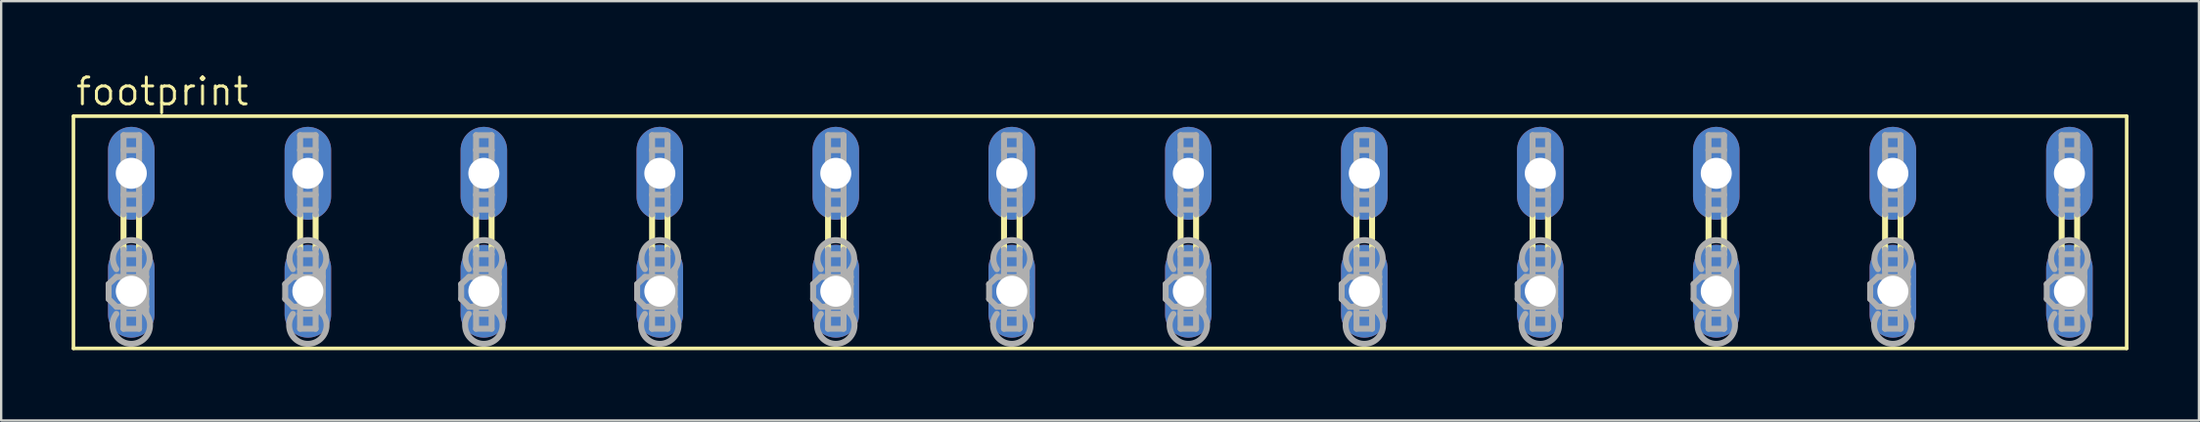
<source format=kicad_pcb>
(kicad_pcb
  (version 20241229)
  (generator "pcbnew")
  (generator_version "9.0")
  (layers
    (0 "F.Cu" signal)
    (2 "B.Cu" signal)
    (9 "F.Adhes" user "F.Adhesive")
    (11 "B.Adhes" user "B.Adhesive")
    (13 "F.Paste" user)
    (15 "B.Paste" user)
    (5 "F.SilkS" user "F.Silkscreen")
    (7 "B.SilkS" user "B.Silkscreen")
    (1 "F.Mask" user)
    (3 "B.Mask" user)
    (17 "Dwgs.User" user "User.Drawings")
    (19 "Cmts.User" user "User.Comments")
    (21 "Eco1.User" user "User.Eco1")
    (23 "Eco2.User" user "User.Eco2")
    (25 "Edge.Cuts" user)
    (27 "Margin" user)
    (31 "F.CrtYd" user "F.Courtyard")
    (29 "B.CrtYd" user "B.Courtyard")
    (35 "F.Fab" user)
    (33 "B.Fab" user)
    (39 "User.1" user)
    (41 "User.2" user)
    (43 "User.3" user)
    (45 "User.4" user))
  (footprint "footprint"
    (layer "F.Cu")
    (at 43.79 6.858)
    (property "Reference" "footprint" (at -43.688 -5.334 0) (layer "F.SilkS") (effects (font (size 1.143 1.143) (thickness 0.127)) (justify left bottom)))
    (fp_line (start -43.713 -4.953) (end -43.713 4.953) (stroke (width 0.152) (type solid)) (layer "F.SilkS"))
    (fp_line (start -43.713 -4.953) (end 43.713 -4.953) (stroke (width 0.152) (type solid)) (layer "F.SilkS"))
    (fp_line (start -41.58 0.711) (end -41.58 -0.737) (stroke (width 0.254) (type solid)) (layer "F.SilkS"))
    (fp_line (start -40.919 0.711) (end -40.919 -0.737) (stroke (width 0.254) (type solid)) (layer "F.SilkS"))
    (fp_line (start -34.061 0.711) (end -34.061 -0.737) (stroke (width 0.254) (type solid)) (layer "F.SilkS"))
    (fp_line (start -33.401 0.711) (end -33.401 -0.737) (stroke (width 0.254) (type solid)) (layer "F.SilkS"))
    (fp_line (start -26.568 0.711) (end -26.568 -0.737) (stroke (width 0.254) (type solid)) (layer "F.SilkS"))
    (fp_line (start -25.908 0.711) (end -25.908 -0.737) (stroke (width 0.254) (type solid)) (layer "F.SilkS"))
    (fp_line (start -19.075 0.711) (end -19.075 -0.737) (stroke (width 0.254) (type solid)) (layer "F.SilkS"))
    (fp_line (start -18.415 0.711) (end -18.415 -0.737) (stroke (width 0.254) (type solid)) (layer "F.SilkS"))
    (fp_line (start -11.582 0.711) (end -11.582 -0.737) (stroke (width 0.254) (type solid)) (layer "F.SilkS"))
    (fp_line (start -10.922 0.711) (end -10.922 -0.737) (stroke (width 0.254) (type solid)) (layer "F.SilkS"))
    (fp_line (start -4.089 0.711) (end -4.089 -0.737) (stroke (width 0.254) (type solid)) (layer "F.SilkS"))
    (fp_line (start -3.429 0.711) (end -3.429 -0.737) (stroke (width 0.254) (type solid)) (layer "F.SilkS"))
    (fp_line (start 3.429 0.737) (end 3.429 -0.737) (stroke (width 0.254) (type solid)) (layer "F.SilkS"))
    (fp_line (start 4.089 0.711) (end 4.089 -0.737) (stroke (width 0.254) (type solid)) (layer "F.SilkS"))
    (fp_line (start 10.922 0.711) (end 10.922 -0.737) (stroke (width 0.254) (type solid)) (layer "F.SilkS"))
    (fp_line (start 11.582 0.711) (end 11.582 -0.737) (stroke (width 0.254) (type solid)) (layer "F.SilkS"))
    (fp_line (start 18.415 0.711) (end 18.415 -0.737) (stroke (width 0.254) (type solid)) (layer "F.SilkS"))
    (fp_line (start 19.075 0.711) (end 19.075 -0.737) (stroke (width 0.254) (type solid)) (layer "F.SilkS"))
    (fp_line (start 25.908 0.711) (end 25.908 -0.737) (stroke (width 0.254) (type solid)) (layer "F.SilkS"))
    (fp_line (start 26.568 0.711) (end 26.568 -0.737) (stroke (width 0.254) (type solid)) (layer "F.SilkS"))
    (fp_line (start 33.426 0.711) (end 33.426 -0.737) (stroke (width 0.254) (type solid)) (layer "F.SilkS"))
    (fp_line (start 34.087 0.711) (end 34.087 -0.737) (stroke (width 0.254) (type solid)) (layer "F.SilkS"))
    (fp_line (start 40.945 0.711) (end 40.945 -0.737) (stroke (width 0.254) (type solid)) (layer "F.SilkS"))
    (fp_line (start 41.605 0.711) (end 41.605 -0.737) (stroke (width 0.254) (type solid)) (layer "F.SilkS"))
    (fp_line (start 43.713 4.953) (end -43.713 4.953) (stroke (width 0.152) (type solid)) (layer "F.SilkS"))
    (fp_line (start 43.713 4.953) (end 43.713 -4.953) (stroke (width 0.152) (type solid)) (layer "F.SilkS"))
    (fp_line (start -42.215 2.21) (end -41.885 1.905) (stroke (width 0.254) (type solid)) (layer "F.Fab"))
    (fp_line (start -42.215 2.845) (end -42.215 2.21) (stroke (width 0.254) (type solid)) (layer "F.Fab"))
    (fp_line (start -42.215 2.845) (end -41.885 3.175) (stroke (width 0.254) (type solid)) (layer "F.Fab"))
    (fp_line (start -41.58 -4.14) (end -40.919 -4.14) (stroke (width 0.254) (type solid)) (layer "F.Fab"))
    (fp_line (start -41.58 -3.505) (end -41.58 -4.14) (stroke (width 0.254) (type solid)) (layer "F.Fab"))
    (fp_line (start -41.58 -3.505) (end -41.58 -1.6) (stroke (width 0.254) (type solid)) (layer "F.Fab"))
    (fp_line (start -41.58 -1.6) (end -40.919 -1.6) (stroke (width 0.254) (type solid)) (layer "F.Fab"))
    (fp_line (start -41.58 -0.965) (end -41.58 -1.6) (stroke (width 0.254) (type solid)) (layer "F.Fab"))
    (fp_line (start -41.58 -0.965) (end -40.919 -0.965) (stroke (width 0.254) (type solid)) (layer "F.Fab"))
    (fp_line (start -41.58 -0.762) (end -41.58 -0.965) (stroke (width 0.254) (type solid)) (layer "F.Fab"))
    (fp_line (start -41.58 0.94) (end -41.58 0.737) (stroke (width 0.254) (type solid)) (layer "F.Fab"))
    (fp_line (start -41.58 0.94) (end -40.919 0.94) (stroke (width 0.254) (type solid)) (layer "F.Fab"))
    (fp_line (start -41.58 1.575) (end -41.58 0.94) (stroke (width 0.254) (type solid)) (layer "F.Fab"))
    (fp_line (start -41.58 1.575) (end -41.58 3.48) (stroke (width 0.254) (type solid)) (layer "F.Fab"))
    (fp_line (start -41.58 3.48) (end -41.58 4.115) (stroke (width 0.254) (type solid)) (layer "F.Fab"))
    (fp_line (start -41.58 3.48) (end -40.919 3.48) (stroke (width 0.254) (type solid)) (layer "F.Fab"))
    (fp_line (start -41.58 4.115) (end -40.919 4.115) (stroke (width 0.254) (type solid)) (layer "F.Fab"))
    (fp_line (start -40.919 -4.14) (end -40.919 -3.505) (stroke (width 0.254) (type solid)) (layer "F.Fab"))
    (fp_line (start -40.919 -3.505) (end -41.58 -3.505) (stroke (width 0.254) (type solid)) (layer "F.Fab"))
    (fp_line (start -40.919 -1.6) (end -40.919 -3.505) (stroke (width 0.254) (type solid)) (layer "F.Fab"))
    (fp_line (start -40.919 -0.965) (end -40.919 -1.6) (stroke (width 0.254) (type solid)) (layer "F.Fab"))
    (fp_line (start -40.919 -0.737) (end -40.919 -0.94) (stroke (width 0.254) (type solid)) (layer "F.Fab"))
    (fp_line (start -40.919 0.94) (end -40.919 0.737) (stroke (width 0.254) (type solid)) (layer "F.Fab"))
    (fp_line (start -40.919 0.94) (end -40.919 1.575) (stroke (width 0.254) (type solid)) (layer "F.Fab"))
    (fp_line (start -40.919 1.575) (end -41.58 1.575) (stroke (width 0.254) (type solid)) (layer "F.Fab"))
    (fp_line (start -40.919 1.905) (end -41.885 1.905) (stroke (width 0.254) (type solid)) (layer "F.Fab"))
    (fp_line (start -40.919 1.905) (end -40.919 1.575) (stroke (width 0.254) (type solid)) (layer "F.Fab"))
    (fp_line (start -40.919 1.905) (end -40.615 1.575) (stroke (width 0.254) (type solid)) (layer "F.Fab"))
    (fp_line (start -40.919 1.905) (end -40.615 2.21) (stroke (width 0.254) (type solid)) (layer "F.Fab"))
    (fp_line (start -40.919 3.175) (end -41.885 3.175) (stroke (width 0.254) (type solid)) (layer "F.Fab"))
    (fp_line (start -40.919 3.175) (end -40.919 1.905) (stroke (width 0.254) (type solid)) (layer "F.Fab"))
    (fp_line (start -40.919 3.175) (end -40.615 2.845) (stroke (width 0.254) (type solid)) (layer "F.Fab"))
    (fp_line (start -40.919 3.175) (end -40.615 3.48) (stroke (width 0.254) (type solid)) (layer "F.Fab"))
    (fp_line (start -40.919 3.48) (end -40.919 3.175) (stroke (width 0.254) (type solid)) (layer "F.Fab"))
    (fp_line (start -40.919 4.115) (end -40.919 3.48) (stroke (width 0.254) (type solid)) (layer "F.Fab"))
    (fp_line (start -40.615 1.905) (end -40.919 1.905) (stroke (width 0.254) (type solid)) (layer "F.Fab"))
    (fp_line (start -40.615 1.905) (end -40.615 1.575) (stroke (width 0.254) (type solid)) (layer "F.Fab"))
    (fp_line (start -40.615 2.21) (end -40.615 1.905) (stroke (width 0.254) (type solid)) (layer "F.Fab"))
    (fp_line (start -40.615 2.845) (end -40.615 2.21) (stroke (width 0.254) (type solid)) (layer "F.Fab"))
    (fp_line (start -40.615 3.175) (end -40.919 3.175) (stroke (width 0.254) (type solid)) (layer "F.Fab"))
    (fp_line (start -40.615 3.175) (end -40.615 2.845) (stroke (width 0.254) (type solid)) (layer "F.Fab"))
    (fp_line (start -40.615 3.48) (end -40.615 3.175) (stroke (width 0.254) (type solid)) (layer "F.Fab"))
    (fp_line (start -34.696 2.21) (end -34.366 1.905) (stroke (width 0.254) (type solid)) (layer "F.Fab"))
    (fp_line (start -34.696 2.845) (end -34.696 2.21) (stroke (width 0.254) (type solid)) (layer "F.Fab"))
    (fp_line (start -34.696 2.845) (end -34.366 3.175) (stroke (width 0.254) (type solid)) (layer "F.Fab"))
    (fp_line (start -34.061 -4.14) (end -33.401 -4.14) (stroke (width 0.254) (type solid)) (layer "F.Fab"))
    (fp_line (start -34.061 -3.505) (end -34.061 -4.14) (stroke (width 0.254) (type solid)) (layer "F.Fab"))
    (fp_line (start -34.061 -3.505) (end -34.061 -1.6) (stroke (width 0.254) (type solid)) (layer "F.Fab"))
    (fp_line (start -34.061 -1.6) (end -33.401 -1.6) (stroke (width 0.254) (type solid)) (layer "F.Fab"))
    (fp_line (start -34.061 -0.965) (end -34.061 -1.6) (stroke (width 0.254) (type solid)) (layer "F.Fab"))
    (fp_line (start -34.061 -0.965) (end -33.401 -0.965) (stroke (width 0.254) (type solid)) (layer "F.Fab"))
    (fp_line (start -34.061 -0.762) (end -34.061 -0.965) (stroke (width 0.254) (type solid)) (layer "F.Fab"))
    (fp_line (start -34.061 0.94) (end -34.061 0.737) (stroke (width 0.254) (type solid)) (layer "F.Fab"))
    (fp_line (start -34.061 0.94) (end -33.401 0.94) (stroke (width 0.254) (type solid)) (layer "F.Fab"))
    (fp_line (start -34.061 1.575) (end -34.061 0.94) (stroke (width 0.254) (type solid)) (layer "F.Fab"))
    (fp_line (start -34.061 1.575) (end -34.061 3.48) (stroke (width 0.254) (type solid)) (layer "F.Fab"))
    (fp_line (start -34.061 3.48) (end -34.061 4.115) (stroke (width 0.254) (type solid)) (layer "F.Fab"))
    (fp_line (start -34.061 3.48) (end -33.401 3.48) (stroke (width 0.254) (type solid)) (layer "F.Fab"))
    (fp_line (start -34.061 4.115) (end -33.401 4.115) (stroke (width 0.254) (type solid)) (layer "F.Fab"))
    (fp_line (start -33.401 -4.14) (end -33.401 -3.505) (stroke (width 0.254) (type solid)) (layer "F.Fab"))
    (fp_line (start -33.401 -3.505) (end -34.061 -3.505) (stroke (width 0.254) (type solid)) (layer "F.Fab"))
    (fp_line (start -33.401 -1.6) (end -33.401 -3.505) (stroke (width 0.254) (type solid)) (layer "F.Fab"))
    (fp_line (start -33.401 -0.965) (end -33.401 -1.6) (stroke (width 0.254) (type solid)) (layer "F.Fab"))
    (fp_line (start -33.401 -0.762) (end -33.401 -0.965) (stroke (width 0.254) (type solid)) (layer "F.Fab"))
    (fp_line (start -33.401 0.914) (end -33.401 0.711) (stroke (width 0.254) (type solid)) (layer "F.Fab"))
    (fp_line (start -33.401 0.94) (end -33.401 1.575) (stroke (width 0.254) (type solid)) (layer "F.Fab"))
    (fp_line (start -33.401 1.575) (end -34.061 1.575) (stroke (width 0.254) (type solid)) (layer "F.Fab"))
    (fp_line (start -33.401 1.905) (end -34.366 1.905) (stroke (width 0.254) (type solid)) (layer "F.Fab"))
    (fp_line (start -33.401 1.905) (end -33.401 1.575) (stroke (width 0.254) (type solid)) (layer "F.Fab"))
    (fp_line (start -33.401 1.905) (end -33.096 1.575) (stroke (width 0.254) (type solid)) (layer "F.Fab"))
    (fp_line (start -33.401 1.905) (end -33.096 2.21) (stroke (width 0.254) (type solid)) (layer "F.Fab"))
    (fp_line (start -33.401 3.175) (end -34.366 3.175) (stroke (width 0.254) (type solid)) (layer "F.Fab"))
    (fp_line (start -33.401 3.175) (end -33.401 1.905) (stroke (width 0.254) (type solid)) (layer "F.Fab"))
    (fp_line (start -33.401 3.175) (end -33.096 2.845) (stroke (width 0.254) (type solid)) (layer "F.Fab"))
    (fp_line (start -33.401 3.175) (end -33.096 3.48) (stroke (width 0.254) (type solid)) (layer "F.Fab"))
    (fp_line (start -33.401 3.48) (end -33.401 3.175) (stroke (width 0.254) (type solid)) (layer "F.Fab"))
    (fp_line (start -33.401 4.115) (end -33.401 3.48) (stroke (width 0.254) (type solid)) (layer "F.Fab"))
    (fp_line (start -33.096 1.905) (end -33.401 1.905) (stroke (width 0.254) (type solid)) (layer "F.Fab"))
    (fp_line (start -33.096 1.905) (end -33.096 1.575) (stroke (width 0.254) (type solid)) (layer "F.Fab"))
    (fp_line (start -33.096 2.21) (end -33.096 1.905) (stroke (width 0.254) (type solid)) (layer "F.Fab"))
    (fp_line (start -33.096 2.845) (end -33.096 2.21) (stroke (width 0.254) (type solid)) (layer "F.Fab"))
    (fp_line (start -33.096 3.175) (end -33.401 3.175) (stroke (width 0.254) (type solid)) (layer "F.Fab"))
    (fp_line (start -33.096 3.175) (end -33.096 2.845) (stroke (width 0.254) (type solid)) (layer "F.Fab"))
    (fp_line (start -33.096 3.48) (end -33.096 3.175) (stroke (width 0.254) (type solid)) (layer "F.Fab"))
    (fp_line (start -27.203 2.21) (end -26.873 1.905) (stroke (width 0.254) (type solid)) (layer "F.Fab"))
    (fp_line (start -27.203 2.845) (end -27.203 2.21) (stroke (width 0.254) (type solid)) (layer "F.Fab"))
    (fp_line (start -27.203 2.845) (end -26.873 3.175) (stroke (width 0.254) (type solid)) (layer "F.Fab"))
    (fp_line (start -26.568 -4.14) (end -25.908 -4.14) (stroke (width 0.254) (type solid)) (layer "F.Fab"))
    (fp_line (start -26.568 -3.505) (end -26.568 -4.14) (stroke (width 0.254) (type solid)) (layer "F.Fab"))
    (fp_line (start -26.568 -3.505) (end -26.568 -1.6) (stroke (width 0.254) (type solid)) (layer "F.Fab"))
    (fp_line (start -26.568 -1.6) (end -25.908 -1.6) (stroke (width 0.254) (type solid)) (layer "F.Fab"))
    (fp_line (start -26.568 -0.965) (end -26.568 -1.6) (stroke (width 0.254) (type solid)) (layer "F.Fab"))
    (fp_line (start -26.568 -0.965) (end -25.908 -0.965) (stroke (width 0.254) (type solid)) (layer "F.Fab"))
    (fp_line (start -26.568 -0.762) (end -26.568 -0.965) (stroke (width 0.254) (type solid)) (layer "F.Fab"))
    (fp_line (start -26.568 0.94) (end -26.568 0.737) (stroke (width 0.254) (type solid)) (layer "F.Fab"))
    (fp_line (start -26.568 0.94) (end -25.908 0.94) (stroke (width 0.254) (type solid)) (layer "F.Fab"))
    (fp_line (start -26.568 1.575) (end -26.568 0.94) (stroke (width 0.254) (type solid)) (layer "F.Fab"))
    (fp_line (start -26.568 1.575) (end -26.568 3.48) (stroke (width 0.254) (type solid)) (layer "F.Fab"))
    (fp_line (start -26.568 3.48) (end -26.568 4.115) (stroke (width 0.254) (type solid)) (layer "F.Fab"))
    (fp_line (start -26.568 3.48) (end -25.908 3.48) (stroke (width 0.254) (type solid)) (layer "F.Fab"))
    (fp_line (start -26.568 4.115) (end -25.908 4.115) (stroke (width 0.254) (type solid)) (layer "F.Fab"))
    (fp_line (start -25.908 -4.14) (end -25.908 -3.505) (stroke (width 0.254) (type solid)) (layer "F.Fab"))
    (fp_line (start -25.908 -3.505) (end -26.568 -3.505) (stroke (width 0.254) (type solid)) (layer "F.Fab"))
    (fp_line (start -25.908 -1.6) (end -25.908 -3.505) (stroke (width 0.254) (type solid)) (layer "F.Fab"))
    (fp_line (start -25.908 -0.965) (end -25.908 -1.6) (stroke (width 0.254) (type solid)) (layer "F.Fab"))
    (fp_line (start -25.908 -0.762) (end -25.908 -0.965) (stroke (width 0.254) (type solid)) (layer "F.Fab"))
    (fp_line (start -25.908 0.94) (end -25.908 0.737) (stroke (width 0.254) (type solid)) (layer "F.Fab"))
    (fp_line (start -25.908 0.94) (end -25.908 1.575) (stroke (width 0.254) (type solid)) (layer "F.Fab"))
    (fp_line (start -25.908 1.575) (end -26.568 1.575) (stroke (width 0.254) (type solid)) (layer "F.Fab"))
    (fp_line (start -25.908 1.905) (end -26.873 1.905) (stroke (width 0.254) (type solid)) (layer "F.Fab"))
    (fp_line (start -25.908 1.905) (end -25.908 1.575) (stroke (width 0.254) (type solid)) (layer "F.Fab"))
    (fp_line (start -25.908 1.905) (end -25.603 1.575) (stroke (width 0.254) (type solid)) (layer "F.Fab"))
    (fp_line (start -25.908 1.905) (end -25.603 2.21) (stroke (width 0.254) (type solid)) (layer "F.Fab"))
    (fp_line (start -25.908 3.175) (end -26.873 3.175) (stroke (width 0.254) (type solid)) (layer "F.Fab"))
    (fp_line (start -25.908 3.175) (end -25.908 1.905) (stroke (width 0.254) (type solid)) (layer "F.Fab"))
    (fp_line (start -25.908 3.175) (end -25.603 2.845) (stroke (width 0.254) (type solid)) (layer "F.Fab"))
    (fp_line (start -25.908 3.175) (end -25.603 3.48) (stroke (width 0.254) (type solid)) (layer "F.Fab"))
    (fp_line (start -25.908 3.48) (end -25.908 3.175) (stroke (width 0.254) (type solid)) (layer "F.Fab"))
    (fp_line (start -25.908 4.115) (end -25.908 3.48) (stroke (width 0.254) (type solid)) (layer "F.Fab"))
    (fp_line (start -25.603 1.905) (end -25.908 1.905) (stroke (width 0.254) (type solid)) (layer "F.Fab"))
    (fp_line (start -25.603 1.905) (end -25.603 1.575) (stroke (width 0.254) (type solid)) (layer "F.Fab"))
    (fp_line (start -25.603 2.21) (end -25.603 1.905) (stroke (width 0.254) (type solid)) (layer "F.Fab"))
    (fp_line (start -25.603 2.845) (end -25.603 2.21) (stroke (width 0.254) (type solid)) (layer "F.Fab"))
    (fp_line (start -25.603 3.175) (end -25.908 3.175) (stroke (width 0.254) (type solid)) (layer "F.Fab"))
    (fp_line (start -25.603 3.175) (end -25.603 2.845) (stroke (width 0.254) (type solid)) (layer "F.Fab"))
    (fp_line (start -25.603 3.48) (end -25.603 3.175) (stroke (width 0.254) (type solid)) (layer "F.Fab"))
    (fp_line (start -19.71 2.21) (end -19.38 1.905) (stroke (width 0.254) (type solid)) (layer "F.Fab"))
    (fp_line (start -19.71 2.845) (end -19.71 2.21) (stroke (width 0.254) (type solid)) (layer "F.Fab"))
    (fp_line (start -19.71 2.845) (end -19.38 3.175) (stroke (width 0.254) (type solid)) (layer "F.Fab"))
    (fp_line (start -19.075 -4.14) (end -18.415 -4.14) (stroke (width 0.254) (type solid)) (layer "F.Fab"))
    (fp_line (start -19.075 -3.505) (end -19.075 -4.14) (stroke (width 0.254) (type solid)) (layer "F.Fab"))
    (fp_line (start -19.075 -3.505) (end -19.075 -1.6) (stroke (width 0.254) (type solid)) (layer "F.Fab"))
    (fp_line (start -19.075 -1.6) (end -19.075 -0.965) (stroke (width 0.254) (type solid)) (layer "F.Fab"))
    (fp_line (start -19.075 -1.6) (end -18.415 -1.6) (stroke (width 0.254) (type solid)) (layer "F.Fab"))
    (fp_line (start -19.075 -0.965) (end -18.415 -0.965) (stroke (width 0.254) (type solid)) (layer "F.Fab"))
    (fp_line (start -19.075 -0.762) (end -19.075 -0.965) (stroke (width 0.254) (type solid)) (layer "F.Fab"))
    (fp_line (start -19.075 0.94) (end -19.075 0.737) (stroke (width 0.254) (type solid)) (layer "F.Fab"))
    (fp_line (start -19.075 0.94) (end -18.415 0.94) (stroke (width 0.254) (type solid)) (layer "F.Fab"))
    (fp_line (start -19.075 1.575) (end -19.075 0.94) (stroke (width 0.254) (type solid)) (layer "F.Fab"))
    (fp_line (start -19.075 1.575) (end -19.075 3.48) (stroke (width 0.254) (type solid)) (layer "F.Fab"))
    (fp_line (start -19.075 3.48) (end -19.075 4.115) (stroke (width 0.254) (type solid)) (layer "F.Fab"))
    (fp_line (start -19.075 3.48) (end -18.415 3.48) (stroke (width 0.254) (type solid)) (layer "F.Fab"))
    (fp_line (start -19.075 4.115) (end -18.415 4.115) (stroke (width 0.254) (type solid)) (layer "F.Fab"))
    (fp_line (start -18.415 -4.14) (end -18.415 -3.505) (stroke (width 0.254) (type solid)) (layer "F.Fab"))
    (fp_line (start -18.415 -3.505) (end -19.075 -3.505) (stroke (width 0.254) (type solid)) (layer "F.Fab"))
    (fp_line (start -18.415 -1.6) (end -18.415 -3.505) (stroke (width 0.254) (type solid)) (layer "F.Fab"))
    (fp_line (start -18.415 -0.965) (end -18.415 -1.6) (stroke (width 0.254) (type solid)) (layer "F.Fab"))
    (fp_line (start -18.415 -0.762) (end -18.415 -0.965) (stroke (width 0.254) (type solid)) (layer "F.Fab"))
    (fp_line (start -18.415 0.94) (end -18.415 0.737) (stroke (width 0.254) (type solid)) (layer "F.Fab"))
    (fp_line (start -18.415 0.94) (end -18.415 1.575) (stroke (width 0.254) (type solid)) (layer "F.Fab"))
    (fp_line (start -18.415 1.575) (end -19.075 1.575) (stroke (width 0.254) (type solid)) (layer "F.Fab"))
    (fp_line (start -18.415 1.905) (end -19.38 1.905) (stroke (width 0.254) (type solid)) (layer "F.Fab"))
    (fp_line (start -18.415 1.905) (end -18.415 1.575) (stroke (width 0.254) (type solid)) (layer "F.Fab"))
    (fp_line (start -18.415 1.905) (end -18.11 1.575) (stroke (width 0.254) (type solid)) (layer "F.Fab"))
    (fp_line (start -18.415 1.905) (end -18.11 2.21) (stroke (width 0.254) (type solid)) (layer "F.Fab"))
    (fp_line (start -18.415 3.175) (end -19.38 3.175) (stroke (width 0.254) (type solid)) (layer "F.Fab"))
    (fp_line (start -18.415 3.175) (end -18.415 1.905) (stroke (width 0.254) (type solid)) (layer "F.Fab"))
    (fp_line (start -18.415 3.175) (end -18.11 2.845) (stroke (width 0.254) (type solid)) (layer "F.Fab"))
    (fp_line (start -18.415 3.175) (end -18.11 3.48) (stroke (width 0.254) (type solid)) (layer "F.Fab"))
    (fp_line (start -18.415 3.48) (end -18.415 3.175) (stroke (width 0.254) (type solid)) (layer "F.Fab"))
    (fp_line (start -18.415 4.115) (end -18.415 3.48) (stroke (width 0.254) (type solid)) (layer "F.Fab"))
    (fp_line (start -18.11 1.905) (end -18.415 1.905) (stroke (width 0.254) (type solid)) (layer "F.Fab"))
    (fp_line (start -18.11 1.905) (end -18.11 1.575) (stroke (width 0.254) (type solid)) (layer "F.Fab"))
    (fp_line (start -18.11 2.21) (end -18.11 1.905) (stroke (width 0.254) (type solid)) (layer "F.Fab"))
    (fp_line (start -18.11 2.845) (end -18.11 2.21) (stroke (width 0.254) (type solid)) (layer "F.Fab"))
    (fp_line (start -18.11 3.175) (end -18.415 3.175) (stroke (width 0.254) (type solid)) (layer "F.Fab"))
    (fp_line (start -18.11 3.175) (end -18.11 2.845) (stroke (width 0.254) (type solid)) (layer "F.Fab"))
    (fp_line (start -18.11 3.48) (end -18.11 3.175) (stroke (width 0.254) (type solid)) (layer "F.Fab"))
    (fp_line (start -12.217 2.21) (end -11.887 1.905) (stroke (width 0.254) (type solid)) (layer "F.Fab"))
    (fp_line (start -12.217 2.845) (end -12.217 2.21) (stroke (width 0.254) (type solid)) (layer "F.Fab"))
    (fp_line (start -12.217 2.845) (end -11.887 3.175) (stroke (width 0.254) (type solid)) (layer "F.Fab"))
    (fp_line (start -11.582 -4.14) (end -10.922 -4.14) (stroke (width 0.254) (type solid)) (layer "F.Fab"))
    (fp_line (start -11.582 -3.505) (end -11.582 -4.14) (stroke (width 0.254) (type solid)) (layer "F.Fab"))
    (fp_line (start -11.582 -3.505) (end -11.582 -1.6) (stroke (width 0.254) (type solid)) (layer "F.Fab"))
    (fp_line (start -11.582 -1.6) (end -10.922 -1.6) (stroke (width 0.254) (type solid)) (layer "F.Fab"))
    (fp_line (start -11.582 -0.965) (end -11.582 -1.6) (stroke (width 0.254) (type solid)) (layer "F.Fab"))
    (fp_line (start -11.582 -0.965) (end -10.922 -0.965) (stroke (width 0.254) (type solid)) (layer "F.Fab"))
    (fp_line (start -11.582 -0.762) (end -11.582 -0.965) (stroke (width 0.254) (type solid)) (layer "F.Fab"))
    (fp_line (start -11.582 0.94) (end -11.582 0.737) (stroke (width 0.254) (type solid)) (layer "F.Fab"))
    (fp_line (start -11.582 0.94) (end -10.922 0.94) (stroke (width 0.254) (type solid)) (layer "F.Fab"))
    (fp_line (start -11.582 1.575) (end -11.582 0.94) (stroke (width 0.254) (type solid)) (layer "F.Fab"))
    (fp_line (start -11.582 1.575) (end -11.582 3.48) (stroke (width 0.254) (type solid)) (layer "F.Fab"))
    (fp_line (start -11.582 3.48) (end -11.582 4.115) (stroke (width 0.254) (type solid)) (layer "F.Fab"))
    (fp_line (start -11.582 3.48) (end -10.922 3.48) (stroke (width 0.254) (type solid)) (layer "F.Fab"))
    (fp_line (start -11.582 4.115) (end -10.922 4.115) (stroke (width 0.254) (type solid)) (layer "F.Fab"))
    (fp_line (start -10.922 -4.14) (end -10.922 -3.505) (stroke (width 0.254) (type solid)) (layer "F.Fab"))
    (fp_line (start -10.922 -3.505) (end -11.582 -3.505) (stroke (width 0.254) (type solid)) (layer "F.Fab"))
    (fp_line (start -10.922 -1.6) (end -10.922 -3.505) (stroke (width 0.254) (type solid)) (layer "F.Fab"))
    (fp_line (start -10.922 -0.965) (end -10.922 -1.6) (stroke (width 0.254) (type solid)) (layer "F.Fab"))
    (fp_line (start -10.922 -0.762) (end -10.922 -0.965) (stroke (width 0.254) (type solid)) (layer "F.Fab"))
    (fp_line (start -10.922 0.94) (end -10.922 0.737) (stroke (width 0.254) (type solid)) (layer "F.Fab"))
    (fp_line (start -10.922 0.94) (end -10.922 1.575) (stroke (width 0.254) (type solid)) (layer "F.Fab"))
    (fp_line (start -10.922 1.575) (end -11.582 1.575) (stroke (width 0.254) (type solid)) (layer "F.Fab"))
    (fp_line (start -10.922 1.905) (end -11.887 1.905) (stroke (width 0.254) (type solid)) (layer "F.Fab"))
    (fp_line (start -10.922 1.905) (end -10.922 1.575) (stroke (width 0.254) (type solid)) (layer "F.Fab"))
    (fp_line (start -10.922 1.905) (end -10.617 1.575) (stroke (width 0.254) (type solid)) (layer "F.Fab"))
    (fp_line (start -10.922 1.905) (end -10.617 2.21) (stroke (width 0.254) (type solid)) (layer "F.Fab"))
    (fp_line (start -10.922 3.175) (end -11.887 3.175) (stroke (width 0.254) (type solid)) (layer "F.Fab"))
    (fp_line (start -10.922 3.175) (end -10.922 1.905) (stroke (width 0.254) (type solid)) (layer "F.Fab"))
    (fp_line (start -10.922 3.175) (end -10.617 2.845) (stroke (width 0.254) (type solid)) (layer "F.Fab"))
    (fp_line (start -10.922 3.175) (end -10.617 3.48) (stroke (width 0.254) (type solid)) (layer "F.Fab"))
    (fp_line (start -10.922 3.48) (end -10.922 3.175) (stroke (width 0.254) (type solid)) (layer "F.Fab"))
    (fp_line (start -10.922 4.115) (end -10.922 3.48) (stroke (width 0.254) (type solid)) (layer "F.Fab"))
    (fp_line (start -10.617 1.905) (end -10.922 1.905) (stroke (width 0.254) (type solid)) (layer "F.Fab"))
    (fp_line (start -10.617 1.905) (end -10.617 1.575) (stroke (width 0.254) (type solid)) (layer "F.Fab"))
    (fp_line (start -10.617 2.21) (end -10.617 1.905) (stroke (width 0.254) (type solid)) (layer "F.Fab"))
    (fp_line (start -10.617 2.845) (end -10.617 2.21) (stroke (width 0.254) (type solid)) (layer "F.Fab"))
    (fp_line (start -10.617 3.175) (end -10.922 3.175) (stroke (width 0.254) (type solid)) (layer "F.Fab"))
    (fp_line (start -10.617 3.175) (end -10.617 2.845) (stroke (width 0.254) (type solid)) (layer "F.Fab"))
    (fp_line (start -10.617 3.48) (end -10.617 3.175) (stroke (width 0.254) (type solid)) (layer "F.Fab"))
    (fp_line (start -4.724 2.21) (end -4.394 1.905) (stroke (width 0.254) (type solid)) (layer "F.Fab"))
    (fp_line (start -4.724 2.845) (end -4.724 2.21) (stroke (width 0.254) (type solid)) (layer "F.Fab"))
    (fp_line (start -4.724 2.845) (end -4.394 3.175) (stroke (width 0.254) (type solid)) (layer "F.Fab"))
    (fp_line (start -4.089 -4.14) (end -3.429 -4.14) (stroke (width 0.254) (type solid)) (layer "F.Fab"))
    (fp_line (start -4.089 -3.505) (end -4.089 -4.14) (stroke (width 0.254) (type solid)) (layer "F.Fab"))
    (fp_line (start -4.089 -3.505) (end -4.089 -1.6) (stroke (width 0.254) (type solid)) (layer "F.Fab"))
    (fp_line (start -4.089 -1.6) (end -4.089 -0.965) (stroke (width 0.254) (type solid)) (layer "F.Fab"))
    (fp_line (start -4.089 -1.6) (end -3.429 -1.6) (stroke (width 0.254) (type solid)) (layer "F.Fab"))
    (fp_line (start -4.089 -0.965) (end -3.429 -0.965) (stroke (width 0.254) (type solid)) (layer "F.Fab"))
    (fp_line (start -4.089 -0.762) (end -4.089 -0.965) (stroke (width 0.254) (type solid)) (layer "F.Fab"))
    (fp_line (start -4.089 0.94) (end -4.089 0.737) (stroke (width 0.254) (type solid)) (layer "F.Fab"))
    (fp_line (start -4.089 0.94) (end -3.429 0.94) (stroke (width 0.254) (type solid)) (layer "F.Fab"))
    (fp_line (start -4.089 1.575) (end -4.089 0.94) (stroke (width 0.254) (type solid)) (layer "F.Fab"))
    (fp_line (start -4.089 1.575) (end -4.089 3.48) (stroke (width 0.254) (type solid)) (layer "F.Fab"))
    (fp_line (start -4.089 3.48) (end -4.089 4.115) (stroke (width 0.254) (type solid)) (layer "F.Fab"))
    (fp_line (start -4.089 3.48) (end -3.429 3.48) (stroke (width 0.254) (type solid)) (layer "F.Fab"))
    (fp_line (start -4.089 4.115) (end -3.429 4.115) (stroke (width 0.254) (type solid)) (layer "F.Fab"))
    (fp_line (start -3.429 -4.14) (end -3.429 -3.505) (stroke (width 0.254) (type solid)) (layer "F.Fab"))
    (fp_line (start -3.429 -3.505) (end -4.089 -3.505) (stroke (width 0.254) (type solid)) (layer "F.Fab"))
    (fp_line (start -3.429 -1.6) (end -3.429 -3.505) (stroke (width 0.254) (type solid)) (layer "F.Fab"))
    (fp_line (start -3.429 -0.965) (end -3.429 -1.6) (stroke (width 0.254) (type solid)) (layer "F.Fab"))
    (fp_line (start -3.429 -0.762) (end -3.429 -0.965) (stroke (width 0.254) (type solid)) (layer "F.Fab"))
    (fp_line (start -3.429 0.94) (end -3.429 0.737) (stroke (width 0.254) (type solid)) (layer "F.Fab"))
    (fp_line (start -3.429 0.94) (end -3.429 1.575) (stroke (width 0.254) (type solid)) (layer "F.Fab"))
    (fp_line (start -3.429 1.575) (end -4.089 1.575) (stroke (width 0.254) (type solid)) (layer "F.Fab"))
    (fp_line (start -3.429 1.905) (end -4.394 1.905) (stroke (width 0.254) (type solid)) (layer "F.Fab"))
    (fp_line (start -3.429 1.905) (end -3.429 1.575) (stroke (width 0.254) (type solid)) (layer "F.Fab"))
    (fp_line (start -3.429 1.905) (end -3.124 1.575) (stroke (width 0.254) (type solid)) (layer "F.Fab"))
    (fp_line (start -3.429 1.905) (end -3.124 2.21) (stroke (width 0.254) (type solid)) (layer "F.Fab"))
    (fp_line (start -3.429 3.175) (end -4.394 3.175) (stroke (width 0.254) (type solid)) (layer "F.Fab"))
    (fp_line (start -3.429 3.175) (end -3.429 1.905) (stroke (width 0.254) (type solid)) (layer "F.Fab"))
    (fp_line (start -3.429 3.175) (end -3.124 2.845) (stroke (width 0.254) (type solid)) (layer "F.Fab"))
    (fp_line (start -3.429 3.175) (end -3.124 3.48) (stroke (width 0.254) (type solid)) (layer "F.Fab"))
    (fp_line (start -3.429 3.48) (end -3.429 3.175) (stroke (width 0.254) (type solid)) (layer "F.Fab"))
    (fp_line (start -3.429 4.115) (end -3.429 3.48) (stroke (width 0.254) (type solid)) (layer "F.Fab"))
    (fp_line (start -3.124 1.905) (end -3.429 1.905) (stroke (width 0.254) (type solid)) (layer "F.Fab"))
    (fp_line (start -3.124 1.905) (end -3.124 1.575) (stroke (width 0.254) (type solid)) (layer "F.Fab"))
    (fp_line (start -3.124 2.21) (end -3.124 1.905) (stroke (width 0.254) (type solid)) (layer "F.Fab"))
    (fp_line (start -3.124 2.845) (end -3.124 2.21) (stroke (width 0.254) (type solid)) (layer "F.Fab"))
    (fp_line (start -3.124 3.175) (end -3.429 3.175) (stroke (width 0.254) (type solid)) (layer "F.Fab"))
    (fp_line (start -3.124 3.175) (end -3.124 2.845) (stroke (width 0.254) (type solid)) (layer "F.Fab"))
    (fp_line (start -3.124 3.48) (end -3.124 3.175) (stroke (width 0.254) (type solid)) (layer "F.Fab"))
    (fp_line (start 2.794 2.21) (end 3.124 1.905) (stroke (width 0.254) (type solid)) (layer "F.Fab"))
    (fp_line (start 2.794 2.845) (end 2.794 2.21) (stroke (width 0.254) (type solid)) (layer "F.Fab"))
    (fp_line (start 2.794 2.845) (end 3.124 3.175) (stroke (width 0.254) (type solid)) (layer "F.Fab"))
    (fp_line (start 3.429 -4.14) (end 4.089 -4.14) (stroke (width 0.254) (type solid)) (layer "F.Fab"))
    (fp_line (start 3.429 -3.505) (end 3.429 -4.14) (stroke (width 0.254) (type solid)) (layer "F.Fab"))
    (fp_line (start 3.429 -3.505) (end 3.429 -1.6) (stroke (width 0.254) (type solid)) (layer "F.Fab"))
    (fp_line (start 3.429 -1.6) (end 3.429 -0.965) (stroke (width 0.254) (type solid)) (layer "F.Fab"))
    (fp_line (start 3.429 -1.6) (end 4.089 -1.6) (stroke (width 0.254) (type solid)) (layer "F.Fab"))
    (fp_line (start 3.429 -0.965) (end 4.089 -0.965) (stroke (width 0.254) (type solid)) (layer "F.Fab"))
    (fp_line (start 3.429 -0.762) (end 3.429 -0.965) (stroke (width 0.254) (type solid)) (layer "F.Fab"))
    (fp_line (start 3.429 0.94) (end 3.429 0.737) (stroke (width 0.254) (type solid)) (layer "F.Fab"))
    (fp_line (start 3.429 0.94) (end 4.089 0.94) (stroke (width 0.254) (type solid)) (layer "F.Fab"))
    (fp_line (start 3.429 1.575) (end 3.429 0.94) (stroke (width 0.254) (type solid)) (layer "F.Fab"))
    (fp_line (start 3.429 1.575) (end 3.429 3.48) (stroke (width 0.254) (type solid)) (layer "F.Fab"))
    (fp_line (start 3.429 3.48) (end 3.429 4.115) (stroke (width 0.254) (type solid)) (layer "F.Fab"))
    (fp_line (start 3.429 3.48) (end 4.089 3.48) (stroke (width 0.254) (type solid)) (layer "F.Fab"))
    (fp_line (start 3.429 4.115) (end 4.089 4.115) (stroke (width 0.254) (type solid)) (layer "F.Fab"))
    (fp_line (start 4.089 -4.14) (end 4.089 -3.505) (stroke (width 0.254) (type solid)) (layer "F.Fab"))
    (fp_line (start 4.089 -3.505) (end 3.429 -3.505) (stroke (width 0.254) (type solid)) (layer "F.Fab"))
    (fp_line (start 4.089 -1.6) (end 4.089 -3.505) (stroke (width 0.254) (type solid)) (layer "F.Fab"))
    (fp_line (start 4.089 -0.965) (end 4.089 -1.6) (stroke (width 0.254) (type solid)) (layer "F.Fab"))
    (fp_line (start 4.089 -0.762) (end 4.089 -0.965) (stroke (width 0.254) (type solid)) (layer "F.Fab"))
    (fp_line (start 4.089 0.94) (end 4.089 0.737) (stroke (width 0.254) (type solid)) (layer "F.Fab"))
    (fp_line (start 4.089 0.94) (end 4.089 1.575) (stroke (width 0.254) (type solid)) (layer "F.Fab"))
    (fp_line (start 4.089 1.575) (end 3.429 1.575) (stroke (width 0.254) (type solid)) (layer "F.Fab"))
    (fp_line (start 4.089 1.905) (end 3.124 1.905) (stroke (width 0.254) (type solid)) (layer "F.Fab"))
    (fp_line (start 4.089 1.905) (end 4.089 1.575) (stroke (width 0.254) (type solid)) (layer "F.Fab"))
    (fp_line (start 4.089 1.905) (end 4.394 1.575) (stroke (width 0.254) (type solid)) (layer "F.Fab"))
    (fp_line (start 4.089 1.905) (end 4.394 2.21) (stroke (width 0.254) (type solid)) (layer "F.Fab"))
    (fp_line (start 4.089 3.175) (end 3.124 3.175) (stroke (width 0.254) (type solid)) (layer "F.Fab"))
    (fp_line (start 4.089 3.175) (end 4.089 1.905) (stroke (width 0.254) (type solid)) (layer "F.Fab"))
    (fp_line (start 4.089 3.175) (end 4.394 2.845) (stroke (width 0.254) (type solid)) (layer "F.Fab"))
    (fp_line (start 4.089 3.175) (end 4.394 3.48) (stroke (width 0.254) (type solid)) (layer "F.Fab"))
    (fp_line (start 4.089 3.48) (end 4.089 3.175) (stroke (width 0.254) (type solid)) (layer "F.Fab"))
    (fp_line (start 4.089 4.115) (end 4.089 3.48) (stroke (width 0.254) (type solid)) (layer "F.Fab"))
    (fp_line (start 4.394 1.905) (end 4.089 1.905) (stroke (width 0.254) (type solid)) (layer "F.Fab"))
    (fp_line (start 4.394 1.905) (end 4.394 1.575) (stroke (width 0.254) (type solid)) (layer "F.Fab"))
    (fp_line (start 4.394 2.21) (end 4.394 1.905) (stroke (width 0.254) (type solid)) (layer "F.Fab"))
    (fp_line (start 4.394 2.845) (end 4.394 2.21) (stroke (width 0.254) (type solid)) (layer "F.Fab"))
    (fp_line (start 4.394 3.175) (end 4.089 3.175) (stroke (width 0.254) (type solid)) (layer "F.Fab"))
    (fp_line (start 4.394 3.175) (end 4.394 2.845) (stroke (width 0.254) (type solid)) (layer "F.Fab"))
    (fp_line (start 4.394 3.48) (end 4.394 3.175) (stroke (width 0.254) (type solid)) (layer "F.Fab"))
    (fp_line (start 10.287 2.21) (end 10.617 1.905) (stroke (width 0.254) (type solid)) (layer "F.Fab"))
    (fp_line (start 10.287 2.845) (end 10.287 2.21) (stroke (width 0.254) (type solid)) (layer "F.Fab"))
    (fp_line (start 10.287 2.845) (end 10.617 3.175) (stroke (width 0.254) (type solid)) (layer "F.Fab"))
    (fp_line (start 10.922 -4.14) (end 11.582 -4.14) (stroke (width 0.254) (type solid)) (layer "F.Fab"))
    (fp_line (start 10.922 -3.505) (end 10.922 -4.14) (stroke (width 0.254) (type solid)) (layer "F.Fab"))
    (fp_line (start 10.922 -3.505) (end 10.922 -1.6) (stroke (width 0.254) (type solid)) (layer "F.Fab"))
    (fp_line (start 10.922 -1.6) (end 11.582 -1.6) (stroke (width 0.254) (type solid)) (layer "F.Fab"))
    (fp_line (start 10.922 -0.965) (end 10.922 -1.6) (stroke (width 0.254) (type solid)) (layer "F.Fab"))
    (fp_line (start 10.922 -0.965) (end 11.582 -0.965) (stroke (width 0.254) (type solid)) (layer "F.Fab"))
    (fp_line (start 10.922 -0.762) (end 10.922 -0.965) (stroke (width 0.254) (type solid)) (layer "F.Fab"))
    (fp_line (start 10.922 0.94) (end 10.922 0.737) (stroke (width 0.254) (type solid)) (layer "F.Fab"))
    (fp_line (start 10.922 0.94) (end 11.582 0.94) (stroke (width 0.254) (type solid)) (layer "F.Fab"))
    (fp_line (start 10.922 1.575) (end 10.922 0.94) (stroke (width 0.254) (type solid)) (layer "F.Fab"))
    (fp_line (start 10.922 1.575) (end 10.922 3.48) (stroke (width 0.254) (type solid)) (layer "F.Fab"))
    (fp_line (start 10.922 3.48) (end 10.922 4.115) (stroke (width 0.254) (type solid)) (layer "F.Fab"))
    (fp_line (start 10.922 3.48) (end 11.582 3.48) (stroke (width 0.254) (type solid)) (layer "F.Fab"))
    (fp_line (start 10.922 4.115) (end 11.582 4.115) (stroke (width 0.254) (type solid)) (layer "F.Fab"))
    (fp_line (start 11.582 -4.14) (end 11.582 -3.505) (stroke (width 0.254) (type solid)) (layer "F.Fab"))
    (fp_line (start 11.582 -3.505) (end 10.922 -3.505) (stroke (width 0.254) (type solid)) (layer "F.Fab"))
    (fp_line (start 11.582 -1.6) (end 11.582 -3.505) (stroke (width 0.254) (type solid)) (layer "F.Fab"))
    (fp_line (start 11.582 -0.965) (end 11.582 -1.6) (stroke (width 0.254) (type solid)) (layer "F.Fab"))
    (fp_line (start 11.582 -0.737) (end 11.582 -0.94) (stroke (width 0.254) (type solid)) (layer "F.Fab"))
    (fp_line (start 11.582 0.94) (end 11.582 0.737) (stroke (width 0.254) (type solid)) (layer "F.Fab"))
    (fp_line (start 11.582 0.94) (end 11.582 1.575) (stroke (width 0.254) (type solid)) (layer "F.Fab"))
    (fp_line (start 11.582 1.575) (end 10.922 1.575) (stroke (width 0.254) (type solid)) (layer "F.Fab"))
    (fp_line (start 11.582 1.905) (end 10.617 1.905) (stroke (width 0.254) (type solid)) (layer "F.Fab"))
    (fp_line (start 11.582 1.905) (end 11.582 1.575) (stroke (width 0.254) (type solid)) (layer "F.Fab"))
    (fp_line (start 11.582 1.905) (end 11.887 1.575) (stroke (width 0.254) (type solid)) (layer "F.Fab"))
    (fp_line (start 11.582 1.905) (end 11.887 2.21) (stroke (width 0.254) (type solid)) (layer "F.Fab"))
    (fp_line (start 11.582 3.175) (end 10.617 3.175) (stroke (width 0.254) (type solid)) (layer "F.Fab"))
    (fp_line (start 11.582 3.175) (end 11.582 1.905) (stroke (width 0.254) (type solid)) (layer "F.Fab"))
    (fp_line (start 11.582 3.175) (end 11.887 2.845) (stroke (width 0.254) (type solid)) (layer "F.Fab"))
    (fp_line (start 11.582 3.175) (end 11.887 3.48) (stroke (width 0.254) (type solid)) (layer "F.Fab"))
    (fp_line (start 11.582 3.48) (end 11.582 3.175) (stroke (width 0.254) (type solid)) (layer "F.Fab"))
    (fp_line (start 11.582 4.115) (end 11.582 3.48) (stroke (width 0.254) (type solid)) (layer "F.Fab"))
    (fp_line (start 11.887 1.905) (end 11.582 1.905) (stroke (width 0.254) (type solid)) (layer "F.Fab"))
    (fp_line (start 11.887 1.905) (end 11.887 1.575) (stroke (width 0.254) (type solid)) (layer "F.Fab"))
    (fp_line (start 11.887 2.21) (end 11.887 1.905) (stroke (width 0.254) (type solid)) (layer "F.Fab"))
    (fp_line (start 11.887 2.845) (end 11.887 2.21) (stroke (width 0.254) (type solid)) (layer "F.Fab"))
    (fp_line (start 11.887 3.175) (end 11.582 3.175) (stroke (width 0.254) (type solid)) (layer "F.Fab"))
    (fp_line (start 11.887 3.175) (end 11.887 2.845) (stroke (width 0.254) (type solid)) (layer "F.Fab"))
    (fp_line (start 11.887 3.48) (end 11.887 3.175) (stroke (width 0.254) (type solid)) (layer "F.Fab"))
    (fp_line (start 17.78 2.21) (end 18.11 1.905) (stroke (width 0.254) (type solid)) (layer "F.Fab"))
    (fp_line (start 17.78 2.845) (end 17.78 2.21) (stroke (width 0.254) (type solid)) (layer "F.Fab"))
    (fp_line (start 17.78 2.845) (end 18.11 3.175) (stroke (width 0.254) (type solid)) (layer "F.Fab"))
    (fp_line (start 18.415 -4.14) (end 19.075 -4.14) (stroke (width 0.254) (type solid)) (layer "F.Fab"))
    (fp_line (start 18.415 -3.505) (end 18.415 -4.14) (stroke (width 0.254) (type solid)) (layer "F.Fab"))
    (fp_line (start 18.415 -3.505) (end 18.415 -1.6) (stroke (width 0.254) (type solid)) (layer "F.Fab"))
    (fp_line (start 18.415 -1.6) (end 18.415 -0.965) (stroke (width 0.254) (type solid)) (layer "F.Fab"))
    (fp_line (start 18.415 -1.6) (end 19.075 -1.6) (stroke (width 0.254) (type solid)) (layer "F.Fab"))
    (fp_line (start 18.415 -0.965) (end 19.075 -0.965) (stroke (width 0.254) (type solid)) (layer "F.Fab"))
    (fp_line (start 18.415 -0.762) (end 18.415 -0.965) (stroke (width 0.254) (type solid)) (layer "F.Fab"))
    (fp_line (start 18.415 0.94) (end 18.415 0.737) (stroke (width 0.254) (type solid)) (layer "F.Fab"))
    (fp_line (start 18.415 0.94) (end 19.075 0.94) (stroke (width 0.254) (type solid)) (layer "F.Fab"))
    (fp_line (start 18.415 1.575) (end 18.415 0.94) (stroke (width 0.254) (type solid)) (layer "F.Fab"))
    (fp_line (start 18.415 1.575) (end 18.415 3.48) (stroke (width 0.254) (type solid)) (layer "F.Fab"))
    (fp_line (start 18.415 3.48) (end 18.415 4.115) (stroke (width 0.254) (type solid)) (layer "F.Fab"))
    (fp_line (start 18.415 3.48) (end 19.075 3.48) (stroke (width 0.254) (type solid)) (layer "F.Fab"))
    (fp_line (start 18.415 4.115) (end 19.075 4.115) (stroke (width 0.254) (type solid)) (layer "F.Fab"))
    (fp_line (start 19.075 -4.14) (end 19.075 -3.505) (stroke (width 0.254) (type solid)) (layer "F.Fab"))
    (fp_line (start 19.075 -3.505) (end 18.415 -3.505) (stroke (width 0.254) (type solid)) (layer "F.Fab"))
    (fp_line (start 19.075 -1.6) (end 19.075 -3.505) (stroke (width 0.254) (type solid)) (layer "F.Fab"))
    (fp_line (start 19.075 -0.965) (end 19.075 -1.6) (stroke (width 0.254) (type solid)) (layer "F.Fab"))
    (fp_line (start 19.075 -0.762) (end 19.075 -0.965) (stroke (width 0.254) (type solid)) (layer "F.Fab"))
    (fp_line (start 19.075 0.94) (end 19.075 0.737) (stroke (width 0.254) (type solid)) (layer "F.Fab"))
    (fp_line (start 19.075 0.94) (end 19.075 1.575) (stroke (width 0.254) (type solid)) (layer "F.Fab"))
    (fp_line (start 19.075 1.575) (end 18.415 1.575) (stroke (width 0.254) (type solid)) (layer "F.Fab"))
    (fp_line (start 19.075 1.905) (end 18.11 1.905) (stroke (width 0.254) (type solid)) (layer "F.Fab"))
    (fp_line (start 19.075 1.905) (end 19.075 1.575) (stroke (width 0.254) (type solid)) (layer "F.Fab"))
    (fp_line (start 19.075 1.905) (end 19.38 1.575) (stroke (width 0.254) (type solid)) (layer "F.Fab"))
    (fp_line (start 19.075 1.905) (end 19.38 2.21) (stroke (width 0.254) (type solid)) (layer "F.Fab"))
    (fp_line (start 19.075 3.175) (end 18.11 3.175) (stroke (width 0.254) (type solid)) (layer "F.Fab"))
    (fp_line (start 19.075 3.175) (end 19.075 1.905) (stroke (width 0.254) (type solid)) (layer "F.Fab"))
    (fp_line (start 19.075 3.175) (end 19.38 2.845) (stroke (width 0.254) (type solid)) (layer "F.Fab"))
    (fp_line (start 19.075 3.175) (end 19.38 3.48) (stroke (width 0.254) (type solid)) (layer "F.Fab"))
    (fp_line (start 19.075 3.48) (end 19.075 3.175) (stroke (width 0.254) (type solid)) (layer "F.Fab"))
    (fp_line (start 19.075 4.115) (end 19.075 3.48) (stroke (width 0.254) (type solid)) (layer "F.Fab"))
    (fp_line (start 19.38 1.905) (end 19.075 1.905) (stroke (width 0.254) (type solid)) (layer "F.Fab"))
    (fp_line (start 19.38 1.905) (end 19.38 1.575) (stroke (width 0.254) (type solid)) (layer "F.Fab"))
    (fp_line (start 19.38 2.21) (end 19.38 1.905) (stroke (width 0.254) (type solid)) (layer "F.Fab"))
    (fp_line (start 19.38 2.845) (end 19.38 2.21) (stroke (width 0.254) (type solid)) (layer "F.Fab"))
    (fp_line (start 19.38 3.175) (end 19.075 3.175) (stroke (width 0.254) (type solid)) (layer "F.Fab"))
    (fp_line (start 19.38 3.175) (end 19.38 2.845) (stroke (width 0.254) (type solid)) (layer "F.Fab"))
    (fp_line (start 19.38 3.48) (end 19.38 3.175) (stroke (width 0.254) (type solid)) (layer "F.Fab"))
    (fp_line (start 25.273 2.21) (end 25.603 1.905) (stroke (width 0.254) (type solid)) (layer "F.Fab"))
    (fp_line (start 25.273 2.845) (end 25.273 2.21) (stroke (width 0.254) (type solid)) (layer "F.Fab"))
    (fp_line (start 25.273 2.845) (end 25.603 3.175) (stroke (width 0.254) (type solid)) (layer "F.Fab"))
    (fp_line (start 25.908 -4.14) (end 26.568 -4.14) (stroke (width 0.254) (type solid)) (layer "F.Fab"))
    (fp_line (start 25.908 -3.505) (end 25.908 -4.14) (stroke (width 0.254) (type solid)) (layer "F.Fab"))
    (fp_line (start 25.908 -3.505) (end 25.908 -1.6) (stroke (width 0.254) (type solid)) (layer "F.Fab"))
    (fp_line (start 25.908 -1.6) (end 25.908 -0.965) (stroke (width 0.254) (type solid)) (layer "F.Fab"))
    (fp_line (start 25.908 -1.6) (end 26.568 -1.6) (stroke (width 0.254) (type solid)) (layer "F.Fab"))
    (fp_line (start 25.908 -0.965) (end 26.568 -0.965) (stroke (width 0.254) (type solid)) (layer "F.Fab"))
    (fp_line (start 25.908 -0.762) (end 25.908 -0.965) (stroke (width 0.254) (type solid)) (layer "F.Fab"))
    (fp_line (start 25.908 0.94) (end 25.908 0.737) (stroke (width 0.254) (type solid)) (layer "F.Fab"))
    (fp_line (start 25.908 0.94) (end 26.568 0.94) (stroke (width 0.254) (type solid)) (layer "F.Fab"))
    (fp_line (start 25.908 1.575) (end 25.908 0.94) (stroke (width 0.254) (type solid)) (layer "F.Fab"))
    (fp_line (start 25.908 1.575) (end 25.908 3.48) (stroke (width 0.254) (type solid)) (layer "F.Fab"))
    (fp_line (start 25.908 3.48) (end 25.908 4.115) (stroke (width 0.254) (type solid)) (layer "F.Fab"))
    (fp_line (start 25.908 3.48) (end 26.568 3.48) (stroke (width 0.254) (type solid)) (layer "F.Fab"))
    (fp_line (start 25.908 4.115) (end 26.568 4.115) (stroke (width 0.254) (type solid)) (layer "F.Fab"))
    (fp_line (start 26.568 -4.14) (end 26.568 -3.505) (stroke (width 0.254) (type solid)) (layer "F.Fab"))
    (fp_line (start 26.568 -3.505) (end 25.908 -3.505) (stroke (width 0.254) (type solid)) (layer "F.Fab"))
    (fp_line (start 26.568 -1.6) (end 26.568 -3.505) (stroke (width 0.254) (type solid)) (layer "F.Fab"))
    (fp_line (start 26.568 -0.965) (end 26.568 -1.6) (stroke (width 0.254) (type solid)) (layer "F.Fab"))
    (fp_line (start 26.568 -0.762) (end 26.568 -0.965) (stroke (width 0.254) (type solid)) (layer "F.Fab"))
    (fp_line (start 26.568 0.94) (end 26.568 0.737) (stroke (width 0.254) (type solid)) (layer "F.Fab"))
    (fp_line (start 26.568 0.94) (end 26.568 1.575) (stroke (width 0.254) (type solid)) (layer "F.Fab"))
    (fp_line (start 26.568 1.575) (end 25.908 1.575) (stroke (width 0.254) (type solid)) (layer "F.Fab"))
    (fp_line (start 26.568 1.905) (end 25.603 1.905) (stroke (width 0.254) (type solid)) (layer "F.Fab"))
    (fp_line (start 26.568 1.905) (end 26.568 1.575) (stroke (width 0.254) (type solid)) (layer "F.Fab"))
    (fp_line (start 26.568 1.905) (end 26.873 1.575) (stroke (width 0.254) (type solid)) (layer "F.Fab"))
    (fp_line (start 26.568 1.905) (end 26.873 2.21) (stroke (width 0.254) (type solid)) (layer "F.Fab"))
    (fp_line (start 26.568 3.175) (end 25.603 3.175) (stroke (width 0.254) (type solid)) (layer "F.Fab"))
    (fp_line (start 26.568 3.175) (end 26.568 1.905) (stroke (width 0.254) (type solid)) (layer "F.Fab"))
    (fp_line (start 26.568 3.175) (end 26.873 2.845) (stroke (width 0.254) (type solid)) (layer "F.Fab"))
    (fp_line (start 26.568 3.175) (end 26.873 3.48) (stroke (width 0.254) (type solid)) (layer "F.Fab"))
    (fp_line (start 26.568 3.48) (end 26.568 3.175) (stroke (width 0.254) (type solid)) (layer "F.Fab"))
    (fp_line (start 26.568 4.115) (end 26.568 3.48) (stroke (width 0.254) (type solid)) (layer "F.Fab"))
    (fp_line (start 26.873 1.905) (end 26.568 1.905) (stroke (width 0.254) (type solid)) (layer "F.Fab"))
    (fp_line (start 26.873 1.905) (end 26.873 1.575) (stroke (width 0.254) (type solid)) (layer "F.Fab"))
    (fp_line (start 26.873 2.21) (end 26.873 1.905) (stroke (width 0.254) (type solid)) (layer "F.Fab"))
    (fp_line (start 26.873 2.845) (end 26.873 2.21) (stroke (width 0.254) (type solid)) (layer "F.Fab"))
    (fp_line (start 26.873 3.175) (end 26.568 3.175) (stroke (width 0.254) (type solid)) (layer "F.Fab"))
    (fp_line (start 26.873 3.175) (end 26.873 2.845) (stroke (width 0.254) (type solid)) (layer "F.Fab"))
    (fp_line (start 26.873 3.48) (end 26.873 3.175) (stroke (width 0.254) (type solid)) (layer "F.Fab"))
    (fp_line (start 32.791 2.21) (end 33.122 1.905) (stroke (width 0.254) (type solid)) (layer "F.Fab"))
    (fp_line (start 32.791 2.845) (end 32.791 2.21) (stroke (width 0.254) (type solid)) (layer "F.Fab"))
    (fp_line (start 32.791 2.845) (end 33.122 3.175) (stroke (width 0.254) (type solid)) (layer "F.Fab"))
    (fp_line (start 33.426 -4.14) (end 34.087 -4.14) (stroke (width 0.254) (type solid)) (layer "F.Fab"))
    (fp_line (start 33.426 -3.505) (end 33.426 -4.14) (stroke (width 0.254) (type solid)) (layer "F.Fab"))
    (fp_line (start 33.426 -3.505) (end 33.426 -1.6) (stroke (width 0.254) (type solid)) (layer "F.Fab"))
    (fp_line (start 33.426 -1.6) (end 33.426 -0.965) (stroke (width 0.254) (type solid)) (layer "F.Fab"))
    (fp_line (start 33.426 -1.6) (end 34.087 -1.6) (stroke (width 0.254) (type solid)) (layer "F.Fab"))
    (fp_line (start 33.426 -0.965) (end 34.087 -0.965) (stroke (width 0.254) (type solid)) (layer "F.Fab"))
    (fp_line (start 33.426 -0.762) (end 33.426 -0.965) (stroke (width 0.254) (type solid)) (layer "F.Fab"))
    (fp_line (start 33.426 0.94) (end 33.426 0.737) (stroke (width 0.254) (type solid)) (layer "F.Fab"))
    (fp_line (start 33.426 0.94) (end 34.087 0.94) (stroke (width 0.254) (type solid)) (layer "F.Fab"))
    (fp_line (start 33.426 1.575) (end 33.426 0.94) (stroke (width 0.254) (type solid)) (layer "F.Fab"))
    (fp_line (start 33.426 1.575) (end 33.426 3.48) (stroke (width 0.254) (type solid)) (layer "F.Fab"))
    (fp_line (start 33.426 3.48) (end 33.426 4.115) (stroke (width 0.254) (type solid)) (layer "F.Fab"))
    (fp_line (start 33.426 3.48) (end 34.087 3.48) (stroke (width 0.254) (type solid)) (layer "F.Fab"))
    (fp_line (start 33.426 4.115) (end 34.087 4.115) (stroke (width 0.254) (type solid)) (layer "F.Fab"))
    (fp_line (start 34.087 -4.14) (end 34.087 -3.505) (stroke (width 0.254) (type solid)) (layer "F.Fab"))
    (fp_line (start 34.087 -3.505) (end 33.426 -3.505) (stroke (width 0.254) (type solid)) (layer "F.Fab"))
    (fp_line (start 34.087 -1.6) (end 34.087 -3.505) (stroke (width 0.254) (type solid)) (layer "F.Fab"))
    (fp_line (start 34.087 -0.965) (end 34.087 -1.6) (stroke (width 0.254) (type solid)) (layer "F.Fab"))
    (fp_line (start 34.087 -0.762) (end 34.087 -0.965) (stroke (width 0.254) (type solid)) (layer "F.Fab"))
    (fp_line (start 34.087 0.94) (end 34.087 0.737) (stroke (width 0.254) (type solid)) (layer "F.Fab"))
    (fp_line (start 34.087 0.94) (end 34.087 1.575) (stroke (width 0.254) (type solid)) (layer "F.Fab"))
    (fp_line (start 34.087 1.575) (end 33.426 1.575) (stroke (width 0.254) (type solid)) (layer "F.Fab"))
    (fp_line (start 34.087 1.905) (end 33.122 1.905) (stroke (width 0.254) (type solid)) (layer "F.Fab"))
    (fp_line (start 34.087 1.905) (end 34.087 1.575) (stroke (width 0.254) (type solid)) (layer "F.Fab"))
    (fp_line (start 34.087 1.905) (end 34.392 1.575) (stroke (width 0.254) (type solid)) (layer "F.Fab"))
    (fp_line (start 34.087 1.905) (end 34.392 2.21) (stroke (width 0.254) (type solid)) (layer "F.Fab"))
    (fp_line (start 34.087 3.175) (end 33.122 3.175) (stroke (width 0.254) (type solid)) (layer "F.Fab"))
    (fp_line (start 34.087 3.175) (end 34.087 1.905) (stroke (width 0.254) (type solid)) (layer "F.Fab"))
    (fp_line (start 34.087 3.175) (end 34.392 2.845) (stroke (width 0.254) (type solid)) (layer "F.Fab"))
    (fp_line (start 34.087 3.175) (end 34.392 3.48) (stroke (width 0.254) (type solid)) (layer "F.Fab"))
    (fp_line (start 34.087 3.48) (end 34.087 3.175) (stroke (width 0.254) (type solid)) (layer "F.Fab"))
    (fp_line (start 34.087 4.115) (end 34.087 3.48) (stroke (width 0.254) (type solid)) (layer "F.Fab"))
    (fp_line (start 34.392 1.905) (end 34.087 1.905) (stroke (width 0.254) (type solid)) (layer "F.Fab"))
    (fp_line (start 34.392 1.905) (end 34.392 1.575) (stroke (width 0.254) (type solid)) (layer "F.Fab"))
    (fp_line (start 34.392 2.21) (end 34.392 1.905) (stroke (width 0.254) (type solid)) (layer "F.Fab"))
    (fp_line (start 34.392 2.845) (end 34.392 2.21) (stroke (width 0.254) (type solid)) (layer "F.Fab"))
    (fp_line (start 34.392 3.175) (end 34.087 3.175) (stroke (width 0.254) (type solid)) (layer "F.Fab"))
    (fp_line (start 34.392 3.175) (end 34.392 2.845) (stroke (width 0.254) (type solid)) (layer "F.Fab"))
    (fp_line (start 34.392 3.48) (end 34.392 3.175) (stroke (width 0.254) (type solid)) (layer "F.Fab"))
    (fp_line (start 40.31 2.21) (end 40.64 1.905) (stroke (width 0.254) (type solid)) (layer "F.Fab"))
    (fp_line (start 40.31 2.845) (end 40.31 2.21) (stroke (width 0.254) (type solid)) (layer "F.Fab"))
    (fp_line (start 40.31 2.845) (end 40.64 3.175) (stroke (width 0.254) (type solid)) (layer "F.Fab"))
    (fp_line (start 40.945 -4.14) (end 41.605 -4.14) (stroke (width 0.254) (type solid)) (layer "F.Fab"))
    (fp_line (start 40.945 -3.505) (end 40.945 -4.14) (stroke (width 0.254) (type solid)) (layer "F.Fab"))
    (fp_line (start 40.945 -3.505) (end 40.945 -1.6) (stroke (width 0.254) (type solid)) (layer "F.Fab"))
    (fp_line (start 40.945 -1.6) (end 40.945 -0.965) (stroke (width 0.254) (type solid)) (layer "F.Fab"))
    (fp_line (start 40.945 -1.6) (end 41.605 -1.6) (stroke (width 0.254) (type solid)) (layer "F.Fab"))
    (fp_line (start 40.945 -0.965) (end 41.605 -0.965) (stroke (width 0.254) (type solid)) (layer "F.Fab"))
    (fp_line (start 40.945 -0.762) (end 40.945 -0.965) (stroke (width 0.254) (type solid)) (layer "F.Fab"))
    (fp_line (start 40.945 0.94) (end 40.945 0.737) (stroke (width 0.254) (type solid)) (layer "F.Fab"))
    (fp_line (start 40.945 0.94) (end 41.605 0.94) (stroke (width 0.254) (type solid)) (layer "F.Fab"))
    (fp_line (start 40.945 1.575) (end 40.945 0.94) (stroke (width 0.254) (type solid)) (layer "F.Fab"))
    (fp_line (start 40.945 1.575) (end 40.945 3.48) (stroke (width 0.254) (type solid)) (layer "F.Fab"))
    (fp_line (start 40.945 3.48) (end 40.945 4.115) (stroke (width 0.254) (type solid)) (layer "F.Fab"))
    (fp_line (start 40.945 3.48) (end 41.605 3.48) (stroke (width 0.254) (type solid)) (layer "F.Fab"))
    (fp_line (start 40.945 4.115) (end 41.605 4.115) (stroke (width 0.254) (type solid)) (layer "F.Fab"))
    (fp_line (start 41.605 -4.14) (end 41.605 -3.505) (stroke (width 0.254) (type solid)) (layer "F.Fab"))
    (fp_line (start 41.605 -3.505) (end 40.945 -3.505) (stroke (width 0.254) (type solid)) (layer "F.Fab"))
    (fp_line (start 41.605 -1.6) (end 41.605 -3.505) (stroke (width 0.254) (type solid)) (layer "F.Fab"))
    (fp_line (start 41.605 -0.965) (end 41.605 -1.6) (stroke (width 0.254) (type solid)) (layer "F.Fab"))
    (fp_line (start 41.605 -0.762) (end 41.605 -0.965) (stroke (width 0.254) (type solid)) (layer "F.Fab"))
    (fp_line (start 41.605 0.94) (end 41.605 0.737) (stroke (width 0.254) (type solid)) (layer "F.Fab"))
    (fp_line (start 41.605 0.94) (end 41.605 1.575) (stroke (width 0.254) (type solid)) (layer "F.Fab"))
    (fp_line (start 41.605 1.575) (end 40.945 1.575) (stroke (width 0.254) (type solid)) (layer "F.Fab"))
    (fp_line (start 41.605 1.905) (end 40.64 1.905) (stroke (width 0.254) (type solid)) (layer "F.Fab"))
    (fp_line (start 41.605 1.905) (end 41.605 1.575) (stroke (width 0.254) (type solid)) (layer "F.Fab"))
    (fp_line (start 41.605 1.905) (end 41.91 1.575) (stroke (width 0.254) (type solid)) (layer "F.Fab"))
    (fp_line (start 41.605 1.905) (end 41.91 2.21) (stroke (width 0.254) (type solid)) (layer "F.Fab"))
    (fp_line (start 41.605 3.175) (end 40.64 3.175) (stroke (width 0.254) (type solid)) (layer "F.Fab"))
    (fp_line (start 41.605 3.175) (end 41.605 1.905) (stroke (width 0.254) (type solid)) (layer "F.Fab"))
    (fp_line (start 41.605 3.175) (end 41.91 2.845) (stroke (width 0.254) (type solid)) (layer "F.Fab"))
    (fp_line (start 41.605 3.175) (end 41.91 3.48) (stroke (width 0.254) (type solid)) (layer "F.Fab"))
    (fp_line (start 41.605 3.48) (end 41.605 3.175) (stroke (width 0.254) (type solid)) (layer "F.Fab"))
    (fp_line (start 41.605 4.115) (end 41.605 3.48) (stroke (width 0.254) (type solid)) (layer "F.Fab"))
    (fp_line (start 41.91 1.905) (end 41.605 1.905) (stroke (width 0.254) (type solid)) (layer "F.Fab"))
    (fp_line (start 41.91 1.905) (end 41.91 1.575) (stroke (width 0.254) (type solid)) (layer "F.Fab"))
    (fp_line (start 41.91 2.21) (end 41.91 1.905) (stroke (width 0.254) (type solid)) (layer "F.Fab"))
    (fp_line (start 41.91 2.845) (end 41.91 2.21) (stroke (width 0.254) (type solid)) (layer "F.Fab"))
    (fp_line (start 41.91 3.175) (end 41.605 3.175) (stroke (width 0.254) (type solid)) (layer "F.Fab"))
    (fp_line (start 41.91 3.175) (end 41.91 2.845) (stroke (width 0.254) (type solid)) (layer "F.Fab"))
    (fp_line (start 41.91 3.48) (end 41.91 3.175) (stroke (width 0.254) (type solid)) (layer "F.Fab"))
    (fp_arc (start -41.8846 1.5748) (mid -41.249601 0.33513) (end -40.614599 1.574799) (stroke (width 0.254) (type solid)) (layer "F.Fab"))
    (fp_arc (start -40.6146 3.4798) (mid -41.2496 4.759976) (end -41.8846 3.4798) (stroke (width 0.254) (type solid)) (layer "F.Fab"))
    (fp_arc (start -34.3662 1.5748) (mid -33.731201 0.33513) (end -33.096199 1.574799) (stroke (width 0.254) (type solid)) (layer "F.Fab"))
    (fp_arc (start -33.0962 3.4798) (mid -33.7312 4.759976) (end -34.3662 3.4798) (stroke (width 0.254) (type solid)) (layer "F.Fab"))
    (fp_arc (start -26.8732 1.5748) (mid -26.238201 0.33513) (end -25.603199 1.574799) (stroke (width 0.254) (type solid)) (layer "F.Fab"))
    (fp_arc (start -25.6032 3.4798) (mid -26.2382 4.759976) (end -26.8732 3.4798) (stroke (width 0.254) (type solid)) (layer "F.Fab"))
    (fp_arc (start -19.3802 1.5748) (mid -18.745201 0.33513) (end -18.110199 1.574799) (stroke (width 0.254) (type solid)) (layer "F.Fab"))
    (fp_arc (start -18.1102 3.4798) (mid -18.7452 4.759976) (end -19.3802 3.4798) (stroke (width 0.254) (type solid)) (layer "F.Fab"))
    (fp_arc (start -11.8872 1.5748) (mid -11.252201 0.33513) (end -10.617199 1.574799) (stroke (width 0.254) (type solid)) (layer "F.Fab"))
    (fp_arc (start -10.6172 3.4798) (mid -11.2522 4.759976) (end -11.8872 3.4798) (stroke (width 0.254) (type solid)) (layer "F.Fab"))
    (fp_arc (start -4.3942 1.5748) (mid -3.759201 0.33513) (end -3.124199 1.574799) (stroke (width 0.254) (type solid)) (layer "F.Fab"))
    (fp_arc (start -3.1242 3.4798) (mid -3.7592 4.759976) (end -4.3942 3.4798) (stroke (width 0.254) (type solid)) (layer "F.Fab"))
    (fp_arc (start 3.1242 1.5748) (mid 3.759199 0.33513) (end 4.394201 1.574799) (stroke (width 0.254) (type solid)) (layer "F.Fab"))
    (fp_arc (start 4.3942 3.4798) (mid 3.7592 4.759976) (end 3.1242 3.4798) (stroke (width 0.254) (type solid)) (layer "F.Fab"))
    (fp_arc (start 10.6172 1.5748) (mid 11.252199 0.33513) (end 11.887201 1.574799) (stroke (width 0.254) (type solid)) (layer "F.Fab"))
    (fp_arc (start 11.8872 3.4798) (mid 11.2522 4.759976) (end 10.6172 3.4798) (stroke (width 0.254) (type solid)) (layer "F.Fab"))
    (fp_arc (start 18.1102 1.5748) (mid 18.745199 0.33513) (end 19.380201 1.574799) (stroke (width 0.254) (type solid)) (layer "F.Fab"))
    (fp_arc (start 19.3802 3.4798) (mid 18.7452 4.759976) (end 18.1102 3.4798) (stroke (width 0.254) (type solid)) (layer "F.Fab"))
    (fp_arc (start 25.6032 1.5748) (mid 26.238199 0.33513) (end 26.873201 1.574799) (stroke (width 0.254) (type solid)) (layer "F.Fab"))
    (fp_arc (start 26.8732 3.4798) (mid 26.2382 4.759976) (end 25.6032 3.4798) (stroke (width 0.254) (type solid)) (layer "F.Fab"))
    (fp_arc (start 33.1216 1.5748) (mid 33.756599 0.33513) (end 34.391601 1.574799) (stroke (width 0.254) (type solid)) (layer "F.Fab"))
    (fp_arc (start 34.3916 3.4798) (mid 33.7566 4.759976) (end 33.1216 3.4798) (stroke (width 0.254) (type solid)) (layer "F.Fab"))
    (fp_arc (start 40.64 1.5748) (mid 41.274999 0.33513) (end 41.910001 1.574799) (stroke (width 0.254) (type solid)) (layer "F.Fab"))
    (fp_arc (start 41.91 3.4798) (mid 41.275 4.759976) (end 40.64 3.4798) (stroke (width 0.254) (type solid)) (layer "F.Fab"))
    (pad "1" thru_hole oval (at -41.25 2.515 90) (size 3.962 1.981) (drill 1.321) (layers "*.Cu" "*.Mask"))
    (pad "2" thru_hole oval (at -41.25 -2.515 90) (size 3.962 1.981) (drill 1.321) (layers "*.Cu" "*.Mask"))
    (pad "3" thru_hole oval (at -33.731 2.515 90) (size 3.962 1.981) (drill 1.321) (layers "*.Cu" "*.Mask"))
    (pad "4" thru_hole oval (at -33.731 -2.515 90) (size 3.962 1.981) (drill 1.321) (layers "*.Cu" "*.Mask"))
    (pad "5" thru_hole oval (at -26.238 2.515 90) (size 3.962 1.981) (drill 1.321) (layers "*.Cu" "*.Mask"))
    (pad "6" thru_hole oval (at -26.238 -2.515 90) (size 3.962 1.981) (drill 1.321) (layers "*.Cu" "*.Mask"))
    (pad "7" thru_hole oval (at -18.745 2.515 90) (size 3.962 1.981) (drill 1.321) (layers "*.Cu" "*.Mask"))
    (pad "8" thru_hole oval (at -18.745 -2.515 90) (size 3.962 1.981) (drill 1.321) (layers "*.Cu" "*.Mask"))
    (pad "9" thru_hole oval (at -11.252 2.515 90) (size 3.962 1.981) (drill 1.321) (layers "*.Cu" "*.Mask"))
    (pad "10" thru_hole oval (at -11.252 -2.515 90) (size 3.962 1.981) (drill 1.321) (layers "*.Cu" "*.Mask"))
    (pad "11" thru_hole oval (at -3.759 2.515 90) (size 3.962 1.981) (drill 1.321) (layers "*.Cu" "*.Mask"))
    (pad "12" thru_hole oval (at -3.759 -2.515 90) (size 3.962 1.981) (drill 1.321) (layers "*.Cu" "*.Mask"))
    (pad "13" thru_hole oval (at 3.759 2.515 90) (size 3.962 1.981) (drill 1.321) (layers "*.Cu" "*.Mask"))
    (pad "14" thru_hole oval (at 3.759 -2.515 90) (size 3.962 1.981) (drill 1.321) (layers "*.Cu" "*.Mask"))
    (pad "15" thru_hole oval (at 11.252 2.515 90) (size 3.962 1.981) (drill 1.321) (layers "*.Cu" "*.Mask"))
    (pad "16" thru_hole oval (at 11.252 -2.515 90) (size 3.962 1.981) (drill 1.321) (layers "*.Cu" "*.Mask"))
    (pad "17" thru_hole oval (at 18.745 2.515 90) (size 3.962 1.981) (drill 1.321) (layers "*.Cu" "*.Mask"))
    (pad "18" thru_hole oval (at 18.745 -2.515 90) (size 3.962 1.981) (drill 1.321) (layers "*.Cu" "*.Mask"))
    (pad "19" thru_hole oval (at 26.238 2.515 90) (size 3.962 1.981) (drill 1.321) (layers "*.Cu" "*.Mask"))
    (pad "20" thru_hole oval (at 26.238 -2.515 90) (size 3.962 1.981) (drill 1.321) (layers "*.Cu" "*.Mask"))
    (pad "21" thru_hole oval (at 33.757 2.515 90) (size 3.962 1.981) (drill 1.321) (layers "*.Cu" "*.Mask"))
    (pad "22" thru_hole oval (at 33.757 -2.515 90) (size 3.962 1.981) (drill 1.321) (layers "*.Cu" "*.Mask"))
    (pad "23" thru_hole oval (at 41.275 2.515 90) (size 3.962 1.981) (drill 1.321) (layers "*.Cu" "*.Mask"))
    (pad "24" thru_hole oval (at 41.275 -2.515 90) (size 3.962 1.981) (drill 1.321) (layers "*.Cu" "*.Mask")))
  (gr_rect
    (start -3 -3)
    (end 90.579 14.887)
    (stroke (width 0.1) (type default))
    (fill no)
    (layer "Edge.Cuts")))
</source>
